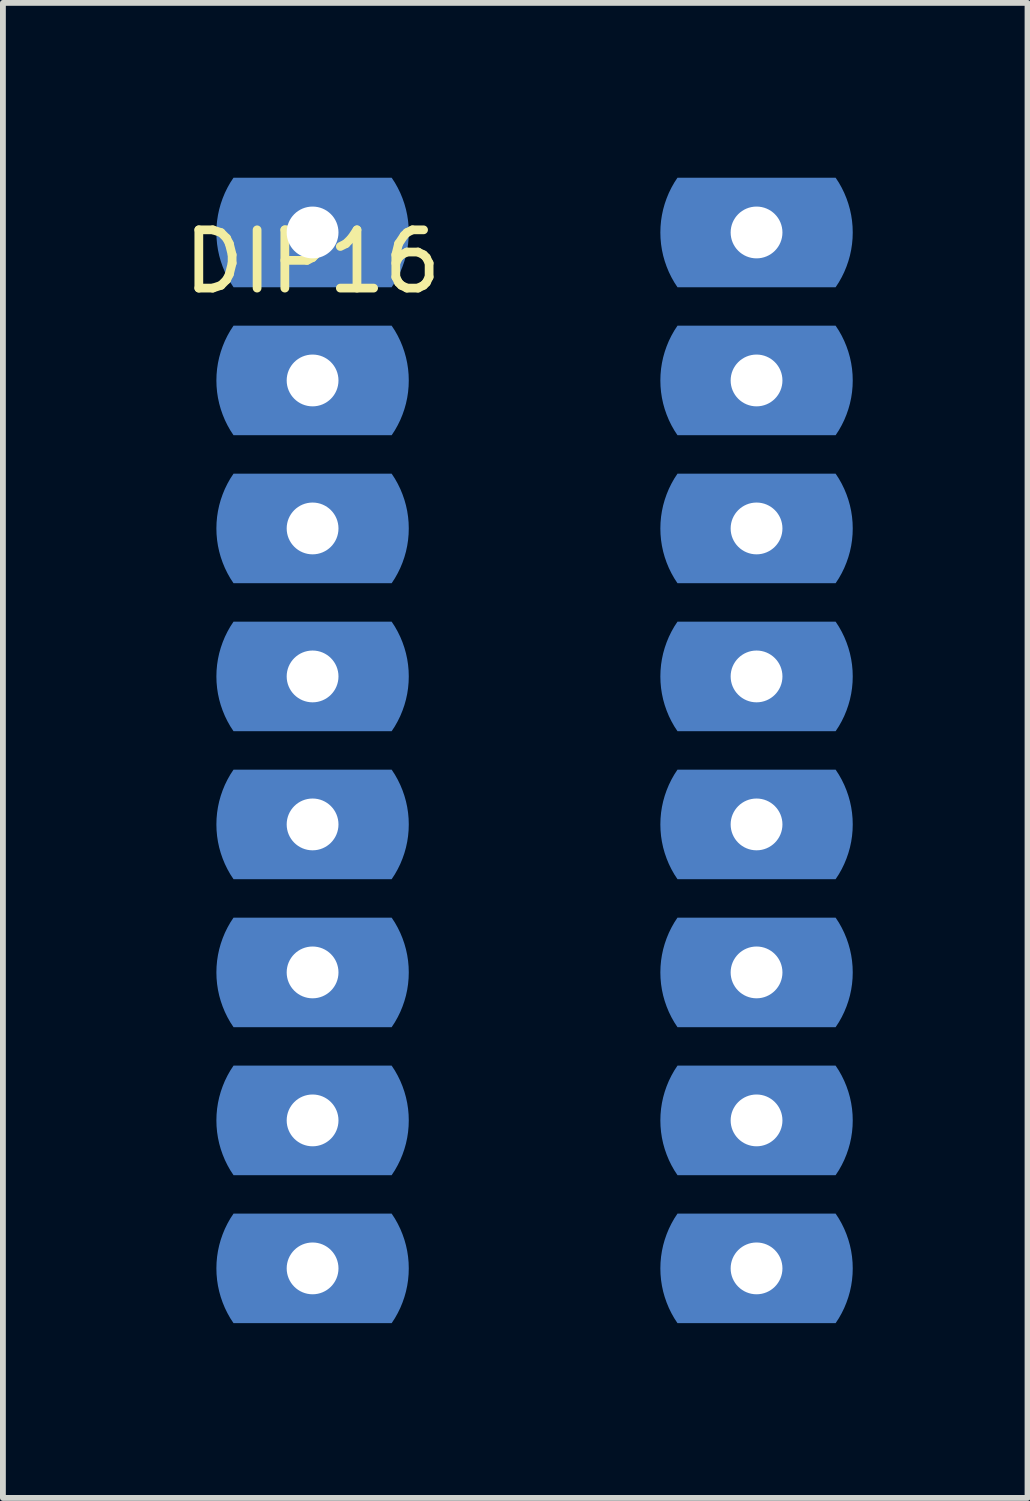
<source format=kicad_pcb>
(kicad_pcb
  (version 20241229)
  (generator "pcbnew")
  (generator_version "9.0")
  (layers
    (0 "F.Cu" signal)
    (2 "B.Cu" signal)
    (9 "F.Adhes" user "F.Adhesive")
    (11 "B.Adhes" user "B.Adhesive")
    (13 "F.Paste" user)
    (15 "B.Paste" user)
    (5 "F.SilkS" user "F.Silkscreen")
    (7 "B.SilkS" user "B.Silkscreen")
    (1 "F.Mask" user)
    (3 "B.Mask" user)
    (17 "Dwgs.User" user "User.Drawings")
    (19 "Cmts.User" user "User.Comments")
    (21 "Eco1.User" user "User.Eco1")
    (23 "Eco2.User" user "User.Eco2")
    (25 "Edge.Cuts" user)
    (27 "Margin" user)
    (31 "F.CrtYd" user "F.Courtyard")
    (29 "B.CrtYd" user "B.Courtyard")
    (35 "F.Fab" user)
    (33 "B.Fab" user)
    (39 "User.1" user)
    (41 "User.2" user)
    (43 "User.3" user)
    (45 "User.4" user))
  (footprint "DIP16"
    (layer "F.Cu")
    (at 2.315 0.94)
    (property "Reference" "DIP16" (at 0 0.5 0) (layer "F.SilkS") (effects (font (size 1 1) (thickness 0.15))))
    (attr through_hole)
    (pad "1" thru_hole custom (at 0 0) (size 1.829 1.321) (drill 0.889) (layers "*.Cu" "F.Mask") (options (anchor rect)) (primitives (gr_circle (center -0.914 0) (end -0.914 0.66) (width 0) (fill yes)) (gr_circle (center 0.914 0) (end 0.914 0.66) (width 0) (fill yes))))
    (pad "1" smd custom (at 0 0) (size 2.5 1.6) (layers "B.Cu" "B.Mask") (options (anchor rect)) (primitives (gr_poly (pts (xy -1.357 -0.94) (xy -1.412 -0.856) (xy -1.461 -0.769) (xy -1.505 -0.679) (xy -1.543 -0.587) (xy -1.576 -0.492) (xy -1.603 -0.396) (xy -1.624 -0.298) (xy -1.639 -0.2) (xy -1.648 -0.1) (xy -1.651 0) (xy -1.648 0.1) (xy -1.639 0.2) (xy -1.624 0.298) (xy -1.603 0.396) (xy -1.576 0.492) (xy -1.543 0.587) (xy -1.505 0.679) (xy -1.461 0.769) (xy -1.412 0.856) (xy -1.357 0.94) (xy 1.357 0.94) (xy 1.412 0.856) (xy 1.461 0.769) (xy 1.505 0.679) (xy 1.543 0.587) (xy 1.576 0.492) (xy 1.603 0.396) (xy 1.624 0.298) (xy 1.639 0.2) (xy 1.648 0.1) (xy 1.651 0) (xy 1.648 -0.1) (xy 1.639 -0.2) (xy 1.624 -0.298) (xy 1.603 -0.396) (xy 1.576 -0.492) (xy 1.543 -0.587) (xy 1.505 -0.679) (xy 1.461 -0.769) (xy 1.412 -0.856) (xy 1.357 -0.94)) (width 0) (fill yes))))
    (pad "2" thru_hole custom (at 0 2.54) (size 1.829 1.321) (drill 0.889) (layers "*.Cu" "F.Mask") (options (anchor rect)) (primitives (gr_circle (center -0.914 0) (end -0.914 0.66) (width 0) (fill yes)) (gr_circle (center 0.914 0) (end 0.914 0.66) (width 0) (fill yes))))
    (pad "2" smd custom (at 0 2.54) (size 2.5 1.6) (layers "B.Cu" "B.Mask") (options (anchor rect)) (primitives (gr_poly (pts (xy -1.357 -0.94) (xy -1.412 -0.856) (xy -1.461 -0.769) (xy -1.505 -0.679) (xy -1.543 -0.587) (xy -1.576 -0.492) (xy -1.603 -0.396) (xy -1.624 -0.298) (xy -1.639 -0.2) (xy -1.648 -0.1) (xy -1.651 0) (xy -1.648 0.1) (xy -1.639 0.2) (xy -1.624 0.298) (xy -1.603 0.396) (xy -1.576 0.492) (xy -1.543 0.587) (xy -1.505 0.679) (xy -1.461 0.769) (xy -1.412 0.856) (xy -1.357 0.94) (xy 1.357 0.94) (xy 1.412 0.856) (xy 1.461 0.769) (xy 1.505 0.679) (xy 1.543 0.587) (xy 1.576 0.492) (xy 1.603 0.396) (xy 1.624 0.298) (xy 1.639 0.2) (xy 1.648 0.1) (xy 1.651 0) (xy 1.648 -0.1) (xy 1.639 -0.2) (xy 1.624 -0.298) (xy 1.603 -0.396) (xy 1.576 -0.492) (xy 1.543 -0.587) (xy 1.505 -0.679) (xy 1.461 -0.769) (xy 1.412 -0.856) (xy 1.357 -0.94)) (width 0) (fill yes))))
    (pad "3" thru_hole custom (at 0 5.08) (size 1.829 1.321) (drill 0.889) (layers "*.Cu" "F.Mask") (options (anchor rect)) (primitives (gr_circle (center -0.914 0) (end -0.914 0.66) (width 0) (fill yes)) (gr_circle (center 0.914 0) (end 0.914 0.66) (width 0) (fill yes))))
    (pad "3" smd custom (at 0 5.08) (size 2.5 1.6) (layers "B.Cu" "B.Mask") (options (anchor rect)) (primitives (gr_poly (pts (xy -1.357 -0.94) (xy -1.412 -0.856) (xy -1.461 -0.769) (xy -1.505 -0.679) (xy -1.543 -0.587) (xy -1.576 -0.492) (xy -1.603 -0.396) (xy -1.624 -0.298) (xy -1.639 -0.2) (xy -1.648 -0.1) (xy -1.651 0) (xy -1.648 0.1) (xy -1.639 0.2) (xy -1.624 0.298) (xy -1.603 0.396) (xy -1.576 0.492) (xy -1.543 0.587) (xy -1.505 0.679) (xy -1.461 0.769) (xy -1.412 0.856) (xy -1.357 0.94) (xy 1.357 0.94) (xy 1.412 0.856) (xy 1.461 0.769) (xy 1.505 0.679) (xy 1.543 0.587) (xy 1.576 0.492) (xy 1.603 0.396) (xy 1.624 0.298) (xy 1.639 0.2) (xy 1.648 0.1) (xy 1.651 0) (xy 1.648 -0.1) (xy 1.639 -0.2) (xy 1.624 -0.298) (xy 1.603 -0.396) (xy 1.576 -0.492) (xy 1.543 -0.587) (xy 1.505 -0.679) (xy 1.461 -0.769) (xy 1.412 -0.856) (xy 1.357 -0.94)) (width 0) (fill yes))))
    (pad "4" thru_hole custom (at 0 7.62) (size 1.829 1.321) (drill 0.889) (layers "*.Cu" "F.Mask") (options (anchor rect)) (primitives (gr_circle (center -0.914 0) (end -0.914 0.66) (width 0) (fill yes)) (gr_circle (center 0.914 0) (end 0.914 0.66) (width 0) (fill yes))))
    (pad "4" smd custom (at 0 7.62) (size 2.5 1.6) (layers "B.Cu" "B.Mask") (options (anchor rect)) (primitives (gr_poly (pts (xy -1.357 -0.94) (xy -1.412 -0.856) (xy -1.461 -0.769) (xy -1.505 -0.679) (xy -1.543 -0.587) (xy -1.576 -0.492) (xy -1.603 -0.396) (xy -1.624 -0.298) (xy -1.639 -0.2) (xy -1.648 -0.1) (xy -1.651 0) (xy -1.648 0.1) (xy -1.639 0.2) (xy -1.624 0.298) (xy -1.603 0.396) (xy -1.576 0.492) (xy -1.543 0.587) (xy -1.505 0.679) (xy -1.461 0.769) (xy -1.412 0.856) (xy -1.357 0.94) (xy 1.357 0.94) (xy 1.412 0.856) (xy 1.461 0.769) (xy 1.505 0.679) (xy 1.543 0.587) (xy 1.576 0.492) (xy 1.603 0.396) (xy 1.624 0.298) (xy 1.639 0.2) (xy 1.648 0.1) (xy 1.651 0) (xy 1.648 -0.1) (xy 1.639 -0.2) (xy 1.624 -0.298) (xy 1.603 -0.396) (xy 1.576 -0.492) (xy 1.543 -0.587) (xy 1.505 -0.679) (xy 1.461 -0.769) (xy 1.412 -0.856) (xy 1.357 -0.94)) (width 0) (fill yes))))
    (pad "5" thru_hole custom (at 0 10.16) (size 1.829 1.321) (drill 0.889) (layers "*.Cu" "F.Mask") (options (anchor rect)) (primitives (gr_circle (center -0.914 0) (end -0.914 0.66) (width 0) (fill yes)) (gr_circle (center 0.914 0) (end 0.914 0.66) (width 0) (fill yes))))
    (pad "5" smd custom (at 0 10.16) (size 2.5 1.6) (layers "B.Cu" "B.Mask") (options (anchor rect)) (primitives (gr_poly (pts (xy -1.357 -0.94) (xy -1.412 -0.856) (xy -1.461 -0.769) (xy -1.505 -0.679) (xy -1.543 -0.587) (xy -1.576 -0.492) (xy -1.603 -0.396) (xy -1.624 -0.298) (xy -1.639 -0.2) (xy -1.648 -0.1) (xy -1.651 0) (xy -1.648 0.1) (xy -1.639 0.2) (xy -1.624 0.298) (xy -1.603 0.396) (xy -1.576 0.492) (xy -1.543 0.587) (xy -1.505 0.679) (xy -1.461 0.769) (xy -1.412 0.856) (xy -1.357 0.94) (xy 1.357 0.94) (xy 1.412 0.856) (xy 1.461 0.769) (xy 1.505 0.679) (xy 1.543 0.587) (xy 1.576 0.492) (xy 1.603 0.396) (xy 1.624 0.298) (xy 1.639 0.2) (xy 1.648 0.1) (xy 1.651 0) (xy 1.648 -0.1) (xy 1.639 -0.2) (xy 1.624 -0.298) (xy 1.603 -0.396) (xy 1.576 -0.492) (xy 1.543 -0.587) (xy 1.505 -0.679) (xy 1.461 -0.769) (xy 1.412 -0.856) (xy 1.357 -0.94)) (width 0) (fill yes))))
    (pad "6" thru_hole custom (at 0 12.7) (size 1.829 1.321) (drill 0.889) (layers "*.Cu" "F.Mask") (options (anchor rect)) (primitives (gr_circle (center -0.914 0) (end -0.914 0.66) (width 0) (fill yes)) (gr_circle (center 0.914 0) (end 0.914 0.66) (width 0) (fill yes))))
    (pad "6" smd custom (at 0 12.7) (size 2.5 1.6) (layers "B.Cu" "B.Mask") (options (anchor rect)) (primitives (gr_poly (pts (xy -1.357 -0.94) (xy -1.412 -0.856) (xy -1.461 -0.769) (xy -1.505 -0.679) (xy -1.543 -0.587) (xy -1.576 -0.492) (xy -1.603 -0.396) (xy -1.624 -0.298) (xy -1.639 -0.2) (xy -1.648 -0.1) (xy -1.651 0) (xy -1.648 0.1) (xy -1.639 0.2) (xy -1.624 0.298) (xy -1.603 0.396) (xy -1.576 0.492) (xy -1.543 0.587) (xy -1.505 0.679) (xy -1.461 0.769) (xy -1.412 0.856) (xy -1.357 0.94) (xy 1.357 0.94) (xy 1.412 0.856) (xy 1.461 0.769) (xy 1.505 0.679) (xy 1.543 0.587) (xy 1.576 0.492) (xy 1.603 0.396) (xy 1.624 0.298) (xy 1.639 0.2) (xy 1.648 0.1) (xy 1.651 0) (xy 1.648 -0.1) (xy 1.639 -0.2) (xy 1.624 -0.298) (xy 1.603 -0.396) (xy 1.576 -0.492) (xy 1.543 -0.587) (xy 1.505 -0.679) (xy 1.461 -0.769) (xy 1.412 -0.856) (xy 1.357 -0.94)) (width 0) (fill yes))))
    (pad "7" thru_hole custom (at 0 15.24) (size 1.829 1.321) (drill 0.889) (layers "*.Cu" "F.Mask") (options (anchor rect)) (primitives (gr_circle (center -0.914 0) (end -0.914 0.66) (width 0) (fill yes)) (gr_circle (center 0.914 0) (end 0.914 0.66) (width 0) (fill yes))))
    (pad "7" smd custom (at 0 15.24) (size 2.5 1.6) (layers "B.Cu" "B.Mask") (options (anchor rect)) (primitives (gr_poly (pts (xy -1.357 -0.94) (xy -1.412 -0.856) (xy -1.461 -0.769) (xy -1.505 -0.679) (xy -1.543 -0.587) (xy -1.576 -0.492) (xy -1.603 -0.396) (xy -1.624 -0.298) (xy -1.639 -0.2) (xy -1.648 -0.1) (xy -1.651 0) (xy -1.648 0.1) (xy -1.639 0.2) (xy -1.624 0.298) (xy -1.603 0.396) (xy -1.576 0.492) (xy -1.543 0.587) (xy -1.505 0.679) (xy -1.461 0.769) (xy -1.412 0.856) (xy -1.357 0.94) (xy 1.357 0.94) (xy 1.412 0.856) (xy 1.461 0.769) (xy 1.505 0.679) (xy 1.543 0.587) (xy 1.576 0.492) (xy 1.603 0.396) (xy 1.624 0.298) (xy 1.639 0.2) (xy 1.648 0.1) (xy 1.651 0) (xy 1.648 -0.1) (xy 1.639 -0.2) (xy 1.624 -0.298) (xy 1.603 -0.396) (xy 1.576 -0.492) (xy 1.543 -0.587) (xy 1.505 -0.679) (xy 1.461 -0.769) (xy 1.412 -0.856) (xy 1.357 -0.94)) (width 0) (fill yes))))
    (pad "8" thru_hole custom (at 0 17.78) (size 1.829 1.321) (drill 0.889) (layers "*.Cu" "F.Mask") (options (anchor rect)) (primitives (gr_circle (center -0.914 0) (end -0.914 0.66) (width 0) (fill yes)) (gr_circle (center 0.914 0) (end 0.914 0.66) (width 0) (fill yes))))
    (pad "8" smd custom (at 0 17.78) (size 2.5 1.6) (layers "B.Cu" "B.Mask") (options (anchor rect)) (primitives (gr_poly (pts (xy -1.357 -0.94) (xy -1.412 -0.856) (xy -1.461 -0.769) (xy -1.505 -0.679) (xy -1.543 -0.587) (xy -1.576 -0.492) (xy -1.603 -0.396) (xy -1.624 -0.298) (xy -1.639 -0.2) (xy -1.648 -0.1) (xy -1.651 0) (xy -1.648 0.1) (xy -1.639 0.2) (xy -1.624 0.298) (xy -1.603 0.396) (xy -1.576 0.492) (xy -1.543 0.587) (xy -1.505 0.679) (xy -1.461 0.769) (xy -1.412 0.856) (xy -1.357 0.94) (xy 1.357 0.94) (xy 1.412 0.856) (xy 1.461 0.769) (xy 1.505 0.679) (xy 1.543 0.587) (xy 1.576 0.492) (xy 1.603 0.396) (xy 1.624 0.298) (xy 1.639 0.2) (xy 1.648 0.1) (xy 1.651 0) (xy 1.648 -0.1) (xy 1.639 -0.2) (xy 1.624 -0.298) (xy 1.603 -0.396) (xy 1.576 -0.492) (xy 1.543 -0.587) (xy 1.505 -0.679) (xy 1.461 -0.769) (xy 1.412 -0.856) (xy 1.357 -0.94)) (width 0) (fill yes))))
    (pad "9" thru_hole custom (at 7.62 17.78) (size 1.829 1.321) (drill 0.889) (layers "*.Cu" "F.Mask") (options (anchor rect)) (primitives (gr_circle (center -0.914 0) (end -0.914 0.66) (width 0) (fill yes)) (gr_circle (center 0.914 0) (end 0.914 0.66) (width 0) (fill yes))))
    (pad "9" smd custom (at 7.62 17.78) (size 2.5 1.6) (layers "B.Cu" "B.Mask") (options (anchor rect)) (primitives (gr_poly (pts (xy -1.357 -0.94) (xy -1.412 -0.856) (xy -1.461 -0.769) (xy -1.505 -0.679) (xy -1.543 -0.587) (xy -1.576 -0.492) (xy -1.603 -0.396) (xy -1.624 -0.298) (xy -1.639 -0.2) (xy -1.648 -0.1) (xy -1.651 0) (xy -1.648 0.1) (xy -1.639 0.2) (xy -1.624 0.298) (xy -1.603 0.396) (xy -1.576 0.492) (xy -1.543 0.587) (xy -1.505 0.679) (xy -1.461 0.769) (xy -1.412 0.856) (xy -1.357 0.94) (xy 1.357 0.94) (xy 1.412 0.856) (xy 1.461 0.769) (xy 1.505 0.679) (xy 1.543 0.587) (xy 1.576 0.492) (xy 1.603 0.396) (xy 1.624 0.298) (xy 1.639 0.2) (xy 1.648 0.1) (xy 1.651 0) (xy 1.648 -0.1) (xy 1.639 -0.2) (xy 1.624 -0.298) (xy 1.603 -0.396) (xy 1.576 -0.492) (xy 1.543 -0.587) (xy 1.505 -0.679) (xy 1.461 -0.769) (xy 1.412 -0.856) (xy 1.357 -0.94)) (width 0) (fill yes))))
    (pad "10" thru_hole custom (at 7.62 15.24) (size 1.829 1.321) (drill 0.889) (layers "*.Cu" "F.Mask") (options (anchor rect)) (primitives (gr_circle (center -0.914 0) (end -0.914 0.66) (width 0) (fill yes)) (gr_circle (center 0.914 0) (end 0.914 0.66) (width 0) (fill yes))))
    (pad "10" smd custom (at 7.62 15.24) (size 2.5 1.6) (layers "B.Cu" "B.Mask") (options (anchor rect)) (primitives (gr_poly (pts (xy -1.357 -0.94) (xy -1.412 -0.856) (xy -1.461 -0.769) (xy -1.505 -0.679) (xy -1.543 -0.587) (xy -1.576 -0.492) (xy -1.603 -0.396) (xy -1.624 -0.298) (xy -1.639 -0.2) (xy -1.648 -0.1) (xy -1.651 0) (xy -1.648 0.1) (xy -1.639 0.2) (xy -1.624 0.298) (xy -1.603 0.396) (xy -1.576 0.492) (xy -1.543 0.587) (xy -1.505 0.679) (xy -1.461 0.769) (xy -1.412 0.856) (xy -1.357 0.94) (xy 1.357 0.94) (xy 1.412 0.856) (xy 1.461 0.769) (xy 1.505 0.679) (xy 1.543 0.587) (xy 1.576 0.492) (xy 1.603 0.396) (xy 1.624 0.298) (xy 1.639 0.2) (xy 1.648 0.1) (xy 1.651 0) (xy 1.648 -0.1) (xy 1.639 -0.2) (xy 1.624 -0.298) (xy 1.603 -0.396) (xy 1.576 -0.492) (xy 1.543 -0.587) (xy 1.505 -0.679) (xy 1.461 -0.769) (xy 1.412 -0.856) (xy 1.357 -0.94)) (width 0) (fill yes))))
    (pad "11" thru_hole custom (at 7.62 12.7) (size 1.829 1.321) (drill 0.889) (layers "*.Cu" "F.Mask") (options (anchor rect)) (primitives (gr_circle (center -0.914 0) (end -0.914 0.66) (width 0) (fill yes)) (gr_circle (center 0.914 0) (end 0.914 0.66) (width 0) (fill yes))))
    (pad "11" smd custom (at 7.62 12.7) (size 2.5 1.6) (layers "B.Cu" "B.Mask") (options (anchor rect)) (primitives (gr_poly (pts (xy -1.357 -0.94) (xy -1.412 -0.856) (xy -1.461 -0.769) (xy -1.505 -0.679) (xy -1.543 -0.587) (xy -1.576 -0.492) (xy -1.603 -0.396) (xy -1.624 -0.298) (xy -1.639 -0.2) (xy -1.648 -0.1) (xy -1.651 0) (xy -1.648 0.1) (xy -1.639 0.2) (xy -1.624 0.298) (xy -1.603 0.396) (xy -1.576 0.492) (xy -1.543 0.587) (xy -1.505 0.679) (xy -1.461 0.769) (xy -1.412 0.856) (xy -1.357 0.94) (xy 1.357 0.94) (xy 1.412 0.856) (xy 1.461 0.769) (xy 1.505 0.679) (xy 1.543 0.587) (xy 1.576 0.492) (xy 1.603 0.396) (xy 1.624 0.298) (xy 1.639 0.2) (xy 1.648 0.1) (xy 1.651 0) (xy 1.648 -0.1) (xy 1.639 -0.2) (xy 1.624 -0.298) (xy 1.603 -0.396) (xy 1.576 -0.492) (xy 1.543 -0.587) (xy 1.505 -0.679) (xy 1.461 -0.769) (xy 1.412 -0.856) (xy 1.357 -0.94)) (width 0) (fill yes))))
    (pad "12" thru_hole custom (at 7.62 10.16) (size 1.829 1.321) (drill 0.889) (layers "*.Cu" "F.Mask") (options (anchor rect)) (primitives (gr_circle (center -0.914 0) (end -0.914 0.66) (width 0) (fill yes)) (gr_circle (center 0.914 0) (end 0.914 0.66) (width 0) (fill yes))))
    (pad "12" smd custom (at 7.62 10.16) (size 2.5 1.6) (layers "B.Cu" "B.Mask") (options (anchor rect)) (primitives (gr_poly (pts (xy -1.357 -0.94) (xy -1.412 -0.856) (xy -1.461 -0.769) (xy -1.505 -0.679) (xy -1.543 -0.587) (xy -1.576 -0.492) (xy -1.603 -0.396) (xy -1.624 -0.298) (xy -1.639 -0.2) (xy -1.648 -0.1) (xy -1.651 0) (xy -1.648 0.1) (xy -1.639 0.2) (xy -1.624 0.298) (xy -1.603 0.396) (xy -1.576 0.492) (xy -1.543 0.587) (xy -1.505 0.679) (xy -1.461 0.769) (xy -1.412 0.856) (xy -1.357 0.94) (xy 1.357 0.94) (xy 1.412 0.856) (xy 1.461 0.769) (xy 1.505 0.679) (xy 1.543 0.587) (xy 1.576 0.492) (xy 1.603 0.396) (xy 1.624 0.298) (xy 1.639 0.2) (xy 1.648 0.1) (xy 1.651 0) (xy 1.648 -0.1) (xy 1.639 -0.2) (xy 1.624 -0.298) (xy 1.603 -0.396) (xy 1.576 -0.492) (xy 1.543 -0.587) (xy 1.505 -0.679) (xy 1.461 -0.769) (xy 1.412 -0.856) (xy 1.357 -0.94)) (width 0) (fill yes))))
    (pad "13" thru_hole custom (at 7.62 7.62) (size 1.829 1.321) (drill 0.889) (layers "*.Cu" "F.Mask") (options (anchor rect)) (primitives (gr_circle (center -0.914 0) (end -0.914 0.66) (width 0) (fill yes)) (gr_circle (center 0.914 0) (end 0.914 0.66) (width 0) (fill yes))))
    (pad "13" smd custom (at 7.62 7.62) (size 2.5 1.6) (layers "B.Cu" "B.Mask") (options (anchor rect)) (primitives (gr_poly (pts (xy -1.357 -0.94) (xy -1.412 -0.856) (xy -1.461 -0.769) (xy -1.505 -0.679) (xy -1.543 -0.587) (xy -1.576 -0.492) (xy -1.603 -0.396) (xy -1.624 -0.298) (xy -1.639 -0.2) (xy -1.648 -0.1) (xy -1.651 0) (xy -1.648 0.1) (xy -1.639 0.2) (xy -1.624 0.298) (xy -1.603 0.396) (xy -1.576 0.492) (xy -1.543 0.587) (xy -1.505 0.679) (xy -1.461 0.769) (xy -1.412 0.856) (xy -1.357 0.94) (xy 1.357 0.94) (xy 1.412 0.856) (xy 1.461 0.769) (xy 1.505 0.679) (xy 1.543 0.587) (xy 1.576 0.492) (xy 1.603 0.396) (xy 1.624 0.298) (xy 1.639 0.2) (xy 1.648 0.1) (xy 1.651 0) (xy 1.648 -0.1) (xy 1.639 -0.2) (xy 1.624 -0.298) (xy 1.603 -0.396) (xy 1.576 -0.492) (xy 1.543 -0.587) (xy 1.505 -0.679) (xy 1.461 -0.769) (xy 1.412 -0.856) (xy 1.357 -0.94)) (width 0) (fill yes))))
    (pad "14" thru_hole custom (at 7.62 5.08) (size 1.829 1.321) (drill 0.889) (layers "*.Cu" "F.Mask") (options (anchor rect)) (primitives (gr_circle (center -0.914 0) (end -0.914 0.66) (width 0) (fill yes)) (gr_circle (center 0.914 0) (end 0.914 0.66) (width 0) (fill yes))))
    (pad "14" smd custom (at 7.62 5.08) (size 2.5 1.6) (layers "B.Cu" "B.Mask") (options (anchor rect)) (primitives (gr_poly (pts (xy -1.357 -0.94) (xy -1.412 -0.856) (xy -1.461 -0.769) (xy -1.505 -0.679) (xy -1.543 -0.587) (xy -1.576 -0.492) (xy -1.603 -0.396) (xy -1.624 -0.298) (xy -1.639 -0.2) (xy -1.648 -0.1) (xy -1.651 0) (xy -1.648 0.1) (xy -1.639 0.2) (xy -1.624 0.298) (xy -1.603 0.396) (xy -1.576 0.492) (xy -1.543 0.587) (xy -1.505 0.679) (xy -1.461 0.769) (xy -1.412 0.856) (xy -1.357 0.94) (xy 1.357 0.94) (xy 1.412 0.856) (xy 1.461 0.769) (xy 1.505 0.679) (xy 1.543 0.587) (xy 1.576 0.492) (xy 1.603 0.396) (xy 1.624 0.298) (xy 1.639 0.2) (xy 1.648 0.1) (xy 1.651 0) (xy 1.648 -0.1) (xy 1.639 -0.2) (xy 1.624 -0.298) (xy 1.603 -0.396) (xy 1.576 -0.492) (xy 1.543 -0.587) (xy 1.505 -0.679) (xy 1.461 -0.769) (xy 1.412 -0.856) (xy 1.357 -0.94)) (width 0) (fill yes))))
    (pad "15" thru_hole custom (at 7.62 2.54) (size 1.829 1.321) (drill 0.889) (layers "*.Cu" "F.Mask") (options (anchor rect)) (primitives (gr_circle (center -0.914 0) (end -0.914 0.66) (width 0) (fill yes)) (gr_circle (center 0.914 0) (end 0.914 0.66) (width 0) (fill yes))))
    (pad "15" smd custom (at 7.62 2.54) (size 2.5 1.6) (layers "B.Cu" "B.Mask") (options (anchor rect)) (primitives (gr_poly (pts (xy -1.357 -0.94) (xy -1.412 -0.856) (xy -1.461 -0.769) (xy -1.505 -0.679) (xy -1.543 -0.587) (xy -1.576 -0.492) (xy -1.603 -0.396) (xy -1.624 -0.298) (xy -1.639 -0.2) (xy -1.648 -0.1) (xy -1.651 0) (xy -1.648 0.1) (xy -1.639 0.2) (xy -1.624 0.298) (xy -1.603 0.396) (xy -1.576 0.492) (xy -1.543 0.587) (xy -1.505 0.679) (xy -1.461 0.769) (xy -1.412 0.856) (xy -1.357 0.94) (xy 1.357 0.94) (xy 1.412 0.856) (xy 1.461 0.769) (xy 1.505 0.679) (xy 1.543 0.587) (xy 1.576 0.492) (xy 1.603 0.396) (xy 1.624 0.298) (xy 1.639 0.2) (xy 1.648 0.1) (xy 1.651 0) (xy 1.648 -0.1) (xy 1.639 -0.2) (xy 1.624 -0.298) (xy 1.603 -0.396) (xy 1.576 -0.492) (xy 1.543 -0.587) (xy 1.505 -0.679) (xy 1.461 -0.769) (xy 1.412 -0.856) (xy 1.357 -0.94)) (width 0) (fill yes))))
    (pad "16" thru_hole custom (at 7.62 0) (size 1.829 1.321) (drill 0.889) (layers "*.Cu" "F.Mask") (options (anchor rect)) (primitives (gr_circle (center -0.914 0) (end -0.914 0.66) (width 0) (fill yes)) (gr_circle (center 0.914 0) (end 0.914 0.66) (width 0) (fill yes))))
    (pad "16" smd custom (at 7.62 0) (size 2.5 1.6) (layers "B.Cu" "B.Mask") (options (anchor rect)) (primitives (gr_poly (pts (xy -1.357 -0.94) (xy -1.412 -0.856) (xy -1.461 -0.769) (xy -1.505 -0.679) (xy -1.543 -0.587) (xy -1.576 -0.492) (xy -1.603 -0.396) (xy -1.624 -0.298) (xy -1.639 -0.2) (xy -1.648 -0.1) (xy -1.651 0) (xy -1.648 0.1) (xy -1.639 0.2) (xy -1.624 0.298) (xy -1.603 0.396) (xy -1.576 0.492) (xy -1.543 0.587) (xy -1.505 0.679) (xy -1.461 0.769) (xy -1.412 0.856) (xy -1.357 0.94) (xy 1.357 0.94) (xy 1.412 0.856) (xy 1.461 0.769) (xy 1.505 0.679) (xy 1.543 0.587) (xy 1.576 0.492) (xy 1.603 0.396) (xy 1.624 0.298) (xy 1.639 0.2) (xy 1.648 0.1) (xy 1.651 0) (xy 1.648 -0.1) (xy 1.639 -0.2) (xy 1.624 -0.298) (xy 1.603 -0.396) (xy 1.576 -0.492) (xy 1.543 -0.587) (xy 1.505 -0.679) (xy 1.461 -0.769) (xy 1.412 -0.856) (xy 1.357 -0.94)) (width 0) (fill yes)))))
  (gr_rect
    (start -3 -3)
    (end 14.586 22.66)
    (stroke (width 0.1) (type default))
    (fill no)
    (layer "Edge.Cuts")))
</source>
